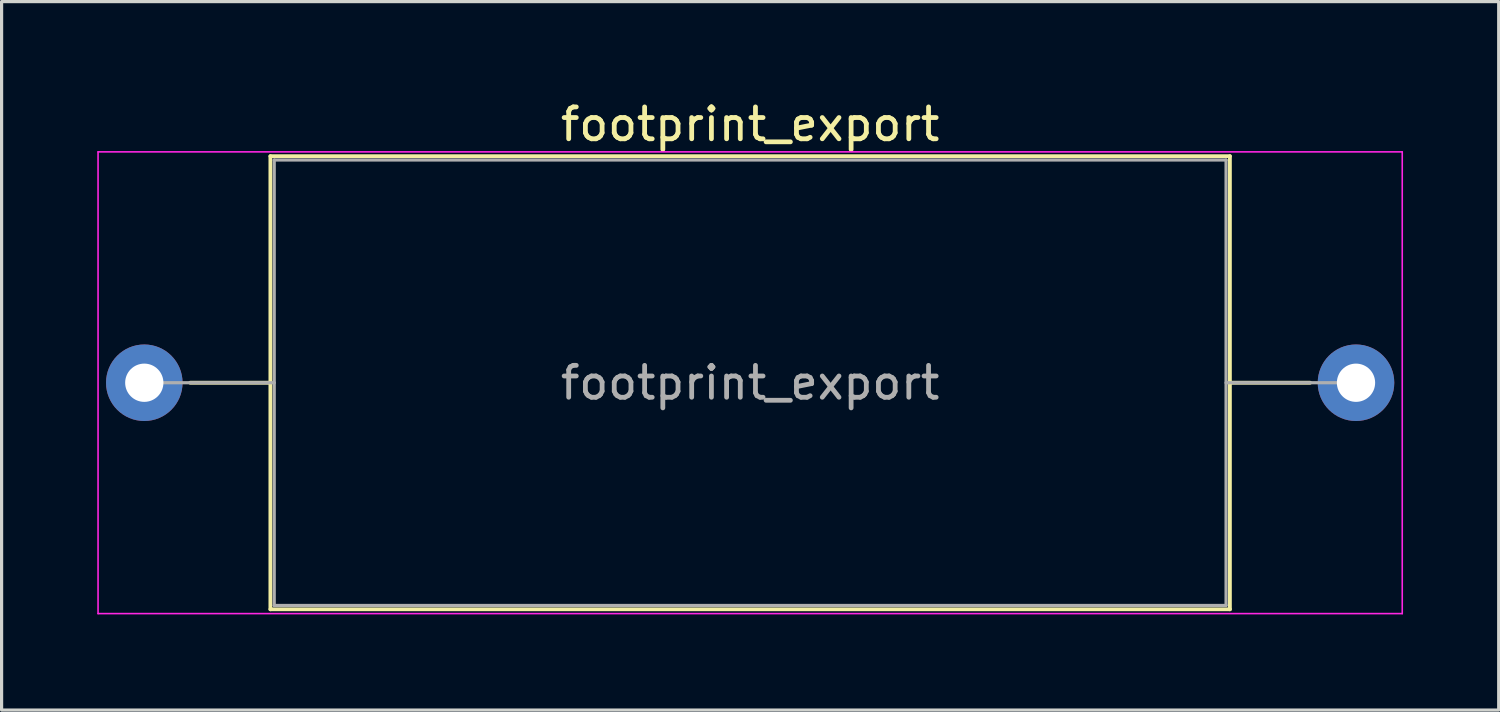
<source format=kicad_pcb>
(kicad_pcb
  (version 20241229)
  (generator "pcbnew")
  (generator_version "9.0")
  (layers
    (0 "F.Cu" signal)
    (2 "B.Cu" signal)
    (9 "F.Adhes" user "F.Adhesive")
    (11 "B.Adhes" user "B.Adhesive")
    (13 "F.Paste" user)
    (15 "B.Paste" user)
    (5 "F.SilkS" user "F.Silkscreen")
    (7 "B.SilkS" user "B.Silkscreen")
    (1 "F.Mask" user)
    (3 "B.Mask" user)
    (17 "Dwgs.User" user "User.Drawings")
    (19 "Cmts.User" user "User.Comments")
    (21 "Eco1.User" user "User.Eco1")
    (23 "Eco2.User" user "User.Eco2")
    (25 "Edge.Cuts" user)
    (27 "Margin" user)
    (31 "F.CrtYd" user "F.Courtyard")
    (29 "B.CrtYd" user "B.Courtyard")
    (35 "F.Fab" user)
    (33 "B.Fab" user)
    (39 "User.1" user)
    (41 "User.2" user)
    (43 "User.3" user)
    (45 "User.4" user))
  (footprint "footprint_export"
    (layer "F.Cu")
    (at 1.475 8.953)
    (property "Reference" "footprint_export" (at 19 -8.105 0) (layer "F.SilkS") (effects (font (size 1 1) (thickness 0.15))))
    (attr through_hole)
    (fp_line (start 1.44 0) (end 3.955 0) (stroke (width 0.12) (type solid)) (layer "F.SilkS"))
    (fp_line (start 3.955 -7.105) (end 3.955 7.105) (stroke (width 0.12) (type solid)) (layer "F.SilkS"))
    (fp_line (start 3.955 7.105) (end 34.045 7.105) (stroke (width 0.12) (type solid)) (layer "F.SilkS"))
    (fp_line (start 34.045 -7.105) (end 3.955 -7.105) (stroke (width 0.12) (type solid)) (layer "F.SilkS"))
    (fp_line (start 34.045 7.105) (end 34.045 -7.105) (stroke (width 0.12) (type solid)) (layer "F.SilkS"))
    (fp_line (start 36.56 0) (end 34.045 0) (stroke (width 0.12) (type solid)) (layer "F.SilkS"))
    (fp_line (start -1.45 -7.24) (end -1.45 7.24) (stroke (width 0.05) (type solid)) (layer "F.CrtYd"))
    (fp_line (start -1.45 7.24) (end 39.45 7.24) (stroke (width 0.05) (type solid)) (layer "F.CrtYd"))
    (fp_line (start 39.45 -7.24) (end -1.45 -7.24) (stroke (width 0.05) (type solid)) (layer "F.CrtYd"))
    (fp_line (start 39.45 7.24) (end 39.45 -7.24) (stroke (width 0.05) (type solid)) (layer "F.CrtYd"))
    (fp_line (start 0 0) (end 4.075 0) (stroke (width 0.1) (type solid)) (layer "F.Fab"))
    (fp_line (start 4.075 -6.985) (end 4.075 6.985) (stroke (width 0.1) (type solid)) (layer "F.Fab"))
    (fp_line (start 4.075 6.985) (end 33.925 6.985) (stroke (width 0.1) (type solid)) (layer "F.Fab"))
    (fp_line (start 33.925 -6.985) (end 4.075 -6.985) (stroke (width 0.1) (type solid)) (layer "F.Fab"))
    (fp_line (start 33.925 6.985) (end 33.925 -6.985) (stroke (width 0.1) (type solid)) (layer "F.Fab"))
    (fp_line (start 38 0) (end 33.925 0) (stroke (width 0.1) (type solid)) (layer "F.Fab"))
    (fp_text user "${REFERENCE}" (at 19 0 0) (layer "F.Fab") (effects (font (size 1 1) (thickness 0.15))))
    (pad "1" thru_hole circle (at 0 0) (size 2.4 2.4) (drill 1.2) (layers "*.Cu" "*.Mask"))
    (pad "2" thru_hole oval (at 38 0) (size 2.4 2.4) (drill 1.2) (layers "*.Cu" "*.Mask")))
  (gr_rect
    (start -3 -3)
    (end 43.95 19.218)
    (stroke (width 0.1) (type default))
    (fill no)
    (layer "Edge.Cuts")))
</source>
